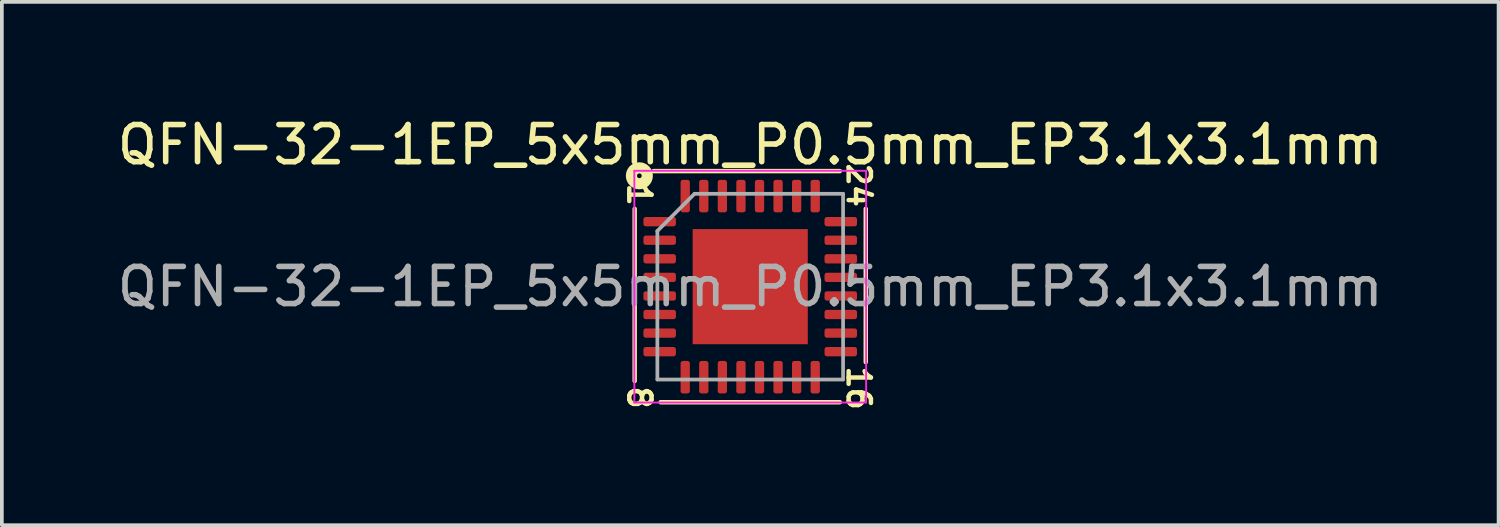
<source format=kicad_pcb>
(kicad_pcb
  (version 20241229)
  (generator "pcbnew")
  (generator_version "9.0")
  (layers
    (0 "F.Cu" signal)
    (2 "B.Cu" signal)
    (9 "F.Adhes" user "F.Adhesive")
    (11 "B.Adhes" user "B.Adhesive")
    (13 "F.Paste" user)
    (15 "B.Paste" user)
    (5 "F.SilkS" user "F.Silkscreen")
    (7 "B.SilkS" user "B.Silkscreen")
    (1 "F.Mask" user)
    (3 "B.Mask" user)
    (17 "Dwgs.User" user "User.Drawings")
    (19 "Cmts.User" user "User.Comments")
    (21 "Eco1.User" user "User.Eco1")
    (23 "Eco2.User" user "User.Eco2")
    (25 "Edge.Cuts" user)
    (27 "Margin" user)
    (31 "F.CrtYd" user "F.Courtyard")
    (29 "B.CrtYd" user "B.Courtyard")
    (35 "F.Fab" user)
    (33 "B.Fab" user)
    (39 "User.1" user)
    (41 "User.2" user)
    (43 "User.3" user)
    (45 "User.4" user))
  (footprint "QFN-32-1EP_5x5mm_P0.5mm_EP3.1x3.1mm"
    (layer "F.Cu")
    (at 17.149 4.668)
    (property "Reference" "QFN-32-1EP_5x5mm_P0.5mm_EP3.1x3.1mm" (at 0 -3.82 0) (layer "F.SilkS") (effects (font (size 1 1) (thickness 0.15))))
    (attr smd)
    (fp_line (start -3.111 -2.095) (end -3.111 2.54) (stroke (width 0.12) (type solid)) (layer "F.SilkS"))
    (fp_line (start -2.413 3.111) (end 2.413 3.111) (stroke (width 0.12) (type solid)) (layer "F.SilkS"))
    (fp_line (start 2.413 -3.111) (end -2.603 -3.111) (stroke (width 0.12) (type solid)) (layer "F.SilkS"))
    (fp_line (start 3.111 2.032) (end 3.111 -2.095) (stroke (width 0.12) (type solid)) (layer "F.SilkS"))
    (fp_circle (center -2.985 -2.985) (end -2.921 -2.985) (stroke (width 0.3) (type solid)) (fill no) (layer "F.SilkS"))
    (fp_line (start -3.12 -3.12) (end -3.12 3.12) (stroke (width 0.05) (type solid)) (layer "F.CrtYd"))
    (fp_line (start -3.12 3.12) (end 3.12 3.12) (stroke (width 0.05) (type solid)) (layer "F.CrtYd"))
    (fp_line (start 3.12 -3.12) (end -3.12 -3.12) (stroke (width 0.05) (type solid)) (layer "F.CrtYd"))
    (fp_line (start 3.12 3.12) (end 3.12 -3.12) (stroke (width 0.05) (type solid)) (layer "F.CrtYd"))
    (fp_line (start -2.5 -1.5) (end -1.5 -2.5) (stroke (width 0.1) (type solid)) (layer "F.Fab"))
    (fp_line (start -2.5 2.5) (end -2.5 -1.5) (stroke (width 0.1) (type solid)) (layer "F.Fab"))
    (fp_line (start -1.5 -2.5) (end 2.5 -2.5) (stroke (width 0.1) (type solid)) (layer "F.Fab"))
    (fp_line (start 2.5 -2.5) (end 2.5 2.5) (stroke (width 0.1) (type solid)) (layer "F.Fab"))
    (fp_line (start 2.5 2.5) (end -2.5 2.5) (stroke (width 0.1) (type solid)) (layer "F.Fab"))
    (fp_text user "16" (at 2.921 2.731 270) (unlocked yes) (layer "F.SilkS") (effects (font (size 0.6 0.6) (thickness 0.12))))
    (fp_text user "24" (at 2.921 -2.731 270) (unlocked yes) (layer "F.SilkS") (effects (font (size 0.6 0.6) (thickness 0.12))))
    (fp_text user "1" (at -2.985 -2.477 270) (unlocked yes) (layer "F.SilkS") (effects (font (size 0.6 0.6) (thickness 0.12))))
    (fp_text user "8" (at -2.985 2.985 270) (unlocked yes) (layer "F.SilkS") (effects (font (size 0.6 0.6) (thickness 0.12))))
    (fp_text user "${REFERENCE}" (at 0 0 0) (layer "F.Fab") (effects (font (size 1 1) (thickness 0.15))))
    (pad "" smd roundrect (at -1.03 -1.03) (size 0.83 0.83) (layers "F.Paste") (roundrect_rratio 0.25))
    (pad "" smd roundrect (at -1.03 0) (size 0.83 0.83) (layers "F.Paste") (roundrect_rratio 0.25))
    (pad "" smd roundrect (at -1.03 1.03) (size 0.83 0.83) (layers "F.Paste") (roundrect_rratio 0.25))
    (pad "" smd roundrect (at 0 -1.03) (size 0.83 0.83) (layers "F.Paste") (roundrect_rratio 0.25))
    (pad "" smd roundrect (at 0 0) (size 0.83 0.83) (layers "F.Paste") (roundrect_rratio 0.25))
    (pad "" smd roundrect (at 0 1.03) (size 0.83 0.83) (layers "F.Paste") (roundrect_rratio 0.25))
    (pad "" smd roundrect (at 1.03 -1.03) (size 0.83 0.83) (layers "F.Paste") (roundrect_rratio 0.25))
    (pad "" smd roundrect (at 1.03 0) (size 0.83 0.83) (layers "F.Paste") (roundrect_rratio 0.25))
    (pad "" smd roundrect (at 1.03 1.03) (size 0.83 0.83) (layers "F.Paste") (roundrect_rratio 0.25))
    (pad "1" smd roundrect (at -2.438 -1.75) (size 0.875 0.25) (layers "F.Cu" "F.Mask" "F.Paste") (roundrect_rratio 0.25))
    (pad "2" smd roundrect (at -2.438 -1.25) (size 0.875 0.25) (layers "F.Cu" "F.Mask" "F.Paste") (roundrect_rratio 0.25))
    (pad "3" smd roundrect (at -2.438 -0.75) (size 0.875 0.25) (layers "F.Cu" "F.Mask" "F.Paste") (roundrect_rratio 0.25))
    (pad "4" smd roundrect (at -2.438 -0.25) (size 0.875 0.25) (layers "F.Cu" "F.Mask" "F.Paste") (roundrect_rratio 0.25))
    (pad "5" smd roundrect (at -2.438 0.25) (size 0.875 0.25) (layers "F.Cu" "F.Mask" "F.Paste") (roundrect_rratio 0.25))
    (pad "6" smd roundrect (at -2.438 0.75) (size 0.875 0.25) (layers "F.Cu" "F.Mask" "F.Paste") (roundrect_rratio 0.25))
    (pad "7" smd roundrect (at -2.438 1.25) (size 0.875 0.25) (layers "F.Cu" "F.Mask" "F.Paste") (roundrect_rratio 0.25))
    (pad "8" smd roundrect (at -2.438 1.75) (size 0.875 0.25) (layers "F.Cu" "F.Mask" "F.Paste") (roundrect_rratio 0.25))
    (pad "9" smd roundrect (at -1.75 2.438) (size 0.25 0.875) (layers "F.Cu" "F.Mask" "F.Paste") (roundrect_rratio 0.25))
    (pad "10" smd roundrect (at -1.25 2.438) (size 0.25 0.875) (layers "F.Cu" "F.Mask" "F.Paste") (roundrect_rratio 0.25))
    (pad "11" smd roundrect (at -0.75 2.438) (size 0.25 0.875) (layers "F.Cu" "F.Mask" "F.Paste") (roundrect_rratio 0.25))
    (pad "12" smd roundrect (at -0.25 2.438) (size 0.25 0.875) (layers "F.Cu" "F.Mask" "F.Paste") (roundrect_rratio 0.25))
    (pad "13" smd roundrect (at 0.25 2.438) (size 0.25 0.875) (layers "F.Cu" "F.Mask" "F.Paste") (roundrect_rratio 0.25))
    (pad "14" smd roundrect (at 0.75 2.438) (size 0.25 0.875) (layers "F.Cu" "F.Mask" "F.Paste") (roundrect_rratio 0.25))
    (pad "15" smd roundrect (at 1.25 2.438) (size 0.25 0.875) (layers "F.Cu" "F.Mask" "F.Paste") (roundrect_rratio 0.25))
    (pad "16" smd roundrect (at 1.75 2.438) (size 0.25 0.875) (layers "F.Cu" "F.Mask" "F.Paste") (roundrect_rratio 0.25))
    (pad "17" smd roundrect (at 2.438 1.75) (size 0.875 0.25) (layers "F.Cu" "F.Mask" "F.Paste") (roundrect_rratio 0.25))
    (pad "18" smd roundrect (at 2.438 1.25) (size 0.875 0.25) (layers "F.Cu" "F.Mask" "F.Paste") (roundrect_rratio 0.25))
    (pad "19" smd roundrect (at 2.438 0.75) (size 0.875 0.25) (layers "F.Cu" "F.Mask" "F.Paste") (roundrect_rratio 0.25))
    (pad "20" smd roundrect (at 2.438 0.25) (size 0.875 0.25) (layers "F.Cu" "F.Mask" "F.Paste") (roundrect_rratio 0.25))
    (pad "21" smd roundrect (at 2.438 -0.25) (size 0.875 0.25) (layers "F.Cu" "F.Mask" "F.Paste") (roundrect_rratio 0.25))
    (pad "22" smd roundrect (at 2.438 -0.75) (size 0.875 0.25) (layers "F.Cu" "F.Mask" "F.Paste") (roundrect_rratio 0.25))
    (pad "23" smd roundrect (at 2.438 -1.25) (size 0.875 0.25) (layers "F.Cu" "F.Mask" "F.Paste") (roundrect_rratio 0.25))
    (pad "24" smd roundrect (at 2.438 -1.75) (size 0.875 0.25) (layers "F.Cu" "F.Mask" "F.Paste") (roundrect_rratio 0.25))
    (pad "25" smd roundrect (at 1.75 -2.438) (size 0.25 0.875) (layers "F.Cu" "F.Mask" "F.Paste") (roundrect_rratio 0.25))
    (pad "26" smd roundrect (at 1.25 -2.438) (size 0.25 0.875) (layers "F.Cu" "F.Mask" "F.Paste") (roundrect_rratio 0.25))
    (pad "27" smd roundrect (at 0.75 -2.438) (size 0.25 0.875) (layers "F.Cu" "F.Mask" "F.Paste") (roundrect_rratio 0.25))
    (pad "28" smd roundrect (at 0.25 -2.438) (size 0.25 0.875) (layers "F.Cu" "F.Mask" "F.Paste") (roundrect_rratio 0.25))
    (pad "29" smd roundrect (at -0.25 -2.438) (size 0.25 0.875) (layers "F.Cu" "F.Mask" "F.Paste") (roundrect_rratio 0.25))
    (pad "30" smd roundrect (at -0.75 -2.438) (size 0.25 0.875) (layers "F.Cu" "F.Mask" "F.Paste") (roundrect_rratio 0.25))
    (pad "31" smd roundrect (at -1.25 -2.438) (size 0.25 0.875) (layers "F.Cu" "F.Mask" "F.Paste") (roundrect_rratio 0.25))
    (pad "32" smd roundrect (at -1.75 -2.438) (size 0.25 0.875) (layers "F.Cu" "F.Mask" "F.Paste") (roundrect_rratio 0.25))
    (pad "33" smd rect (at 0 0) (size 3.1 3.1) (layers "F.Cu" "F.Mask")))
  (gr_rect
    (start -3 -3)
    (end 37.298 11.09)
    (stroke (width 0.1) (type default))
    (fill no)
    (layer "Edge.Cuts")))
</source>
